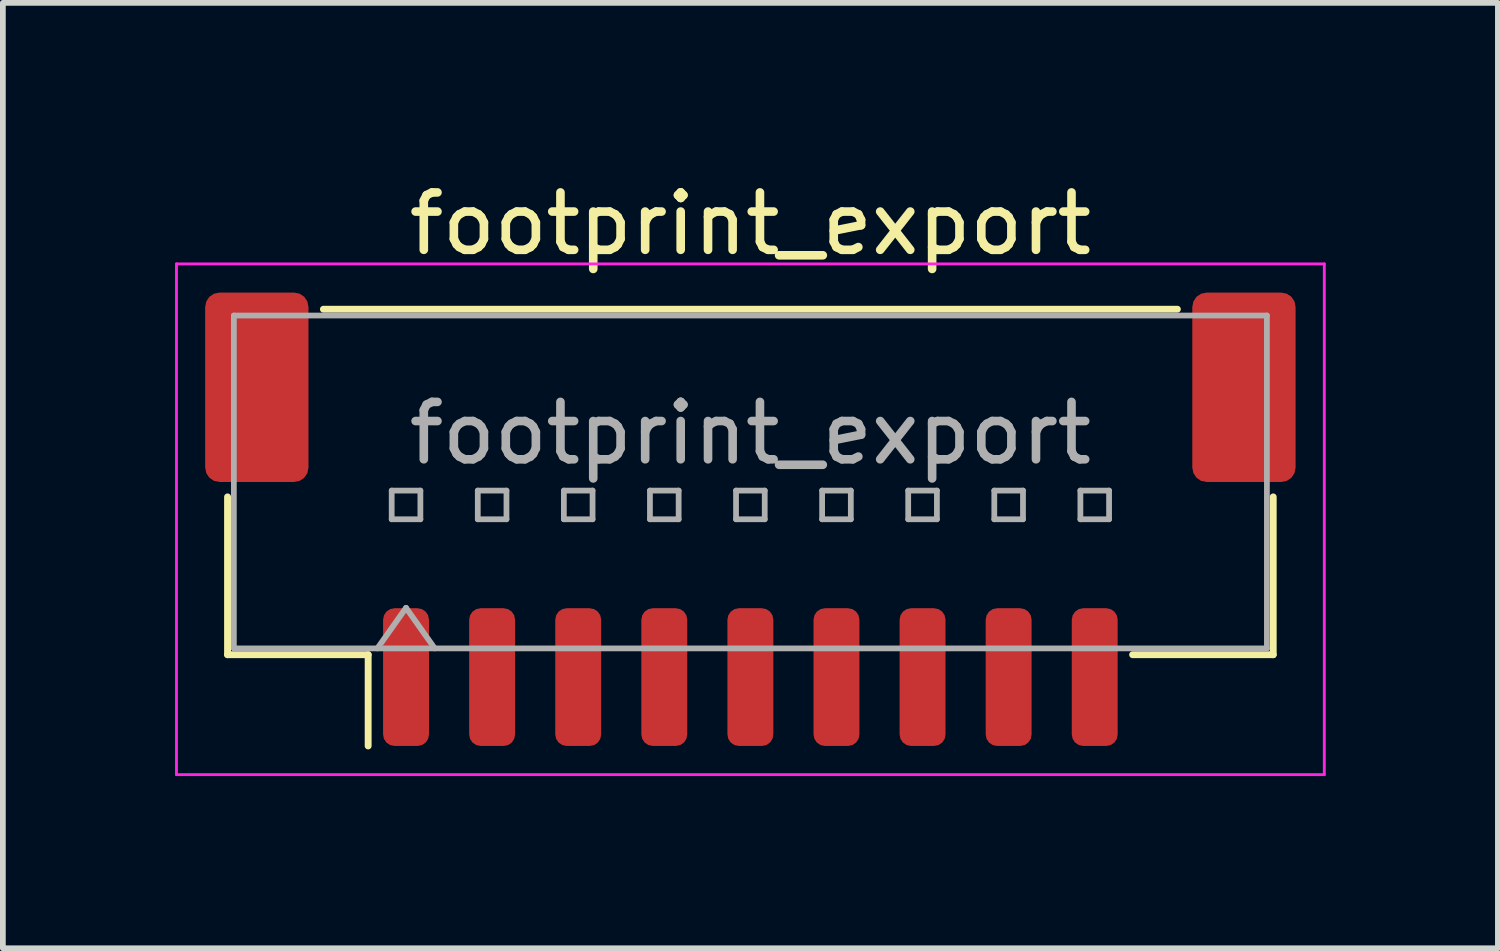
<source format=kicad_pcb>
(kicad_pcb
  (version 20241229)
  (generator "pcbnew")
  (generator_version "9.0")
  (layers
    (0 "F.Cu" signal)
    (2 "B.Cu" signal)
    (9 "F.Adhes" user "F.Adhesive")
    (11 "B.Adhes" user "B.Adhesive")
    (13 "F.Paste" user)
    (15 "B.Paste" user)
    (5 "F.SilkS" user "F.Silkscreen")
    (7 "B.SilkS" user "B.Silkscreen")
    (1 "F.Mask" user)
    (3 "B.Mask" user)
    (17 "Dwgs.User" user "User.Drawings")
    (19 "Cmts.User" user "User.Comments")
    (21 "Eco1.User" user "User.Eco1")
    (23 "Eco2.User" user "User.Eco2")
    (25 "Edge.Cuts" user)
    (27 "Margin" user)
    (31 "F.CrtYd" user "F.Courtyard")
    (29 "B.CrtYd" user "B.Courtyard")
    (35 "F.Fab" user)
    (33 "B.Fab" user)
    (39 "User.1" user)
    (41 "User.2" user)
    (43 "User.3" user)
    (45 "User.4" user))
  (footprint "footprint_export"
    (layer "F.Cu")
    (at 10.025 5.998)
    (property "Reference" "footprint_export" (at 0 -5.15 0) (layer "F.SilkS") (effects (font (size 1 1) (thickness 0.15))))
    (attr smd)
    (fp_line (start -9.11 -0.39) (end -9.11 2.36) (stroke (width 0.12) (type solid)) (layer "F.SilkS"))
    (fp_line (start -9.11 2.36) (end -6.66 2.36) (stroke (width 0.12) (type solid)) (layer "F.SilkS"))
    (fp_line (start -7.44 -3.66) (end 7.44 -3.66) (stroke (width 0.12) (type solid)) (layer "F.SilkS"))
    (fp_line (start -6.66 2.36) (end -6.66 3.95) (stroke (width 0.12) (type solid)) (layer "F.SilkS"))
    (fp_line (start 9.11 -0.39) (end 9.11 2.36) (stroke (width 0.12) (type solid)) (layer "F.SilkS"))
    (fp_line (start 9.11 2.36) (end 6.66 2.36) (stroke (width 0.12) (type solid)) (layer "F.SilkS"))
    (fp_line (start -10 -4.45) (end -10 4.45) (stroke (width 0.05) (type solid)) (layer "F.CrtYd"))
    (fp_line (start -10 4.45) (end 10 4.45) (stroke (width 0.05) (type solid)) (layer "F.CrtYd"))
    (fp_line (start 10 -4.45) (end -10 -4.45) (stroke (width 0.05) (type solid)) (layer "F.CrtYd"))
    (fp_line (start 10 4.45) (end 10 -4.45) (stroke (width 0.05) (type solid)) (layer "F.CrtYd"))
    (fp_line (start -9 -3.55) (end 9 -3.55) (stroke (width 0.1) (type solid)) (layer "F.Fab"))
    (fp_line (start -9 2.25) (end -9 -3.55) (stroke (width 0.1) (type solid)) (layer "F.Fab"))
    (fp_line (start -9 2.25) (end 9 2.25) (stroke (width 0.1) (type solid)) (layer "F.Fab"))
    (fp_line (start -6.5 2.25) (end -6 1.543) (stroke (width 0.1) (type solid)) (layer "F.Fab"))
    (fp_line (start -6.25 -0.5) (end -6.25 0) (stroke (width 0.1) (type solid)) (layer "F.Fab"))
    (fp_line (start -6.25 0) (end -5.75 0) (stroke (width 0.1) (type solid)) (layer "F.Fab"))
    (fp_line (start -6 1.543) (end -5.5 2.25) (stroke (width 0.1) (type solid)) (layer "F.Fab"))
    (fp_line (start -5.75 -0.5) (end -6.25 -0.5) (stroke (width 0.1) (type solid)) (layer "F.Fab"))
    (fp_line (start -5.75 0) (end -5.75 -0.5) (stroke (width 0.1) (type solid)) (layer "F.Fab"))
    (fp_line (start -4.75 -0.5) (end -4.75 0) (stroke (width 0.1) (type solid)) (layer "F.Fab"))
    (fp_line (start -4.75 0) (end -4.25 0) (stroke (width 0.1) (type solid)) (layer "F.Fab"))
    (fp_line (start -4.25 -0.5) (end -4.75 -0.5) (stroke (width 0.1) (type solid)) (layer "F.Fab"))
    (fp_line (start -4.25 0) (end -4.25 -0.5) (stroke (width 0.1) (type solid)) (layer "F.Fab"))
    (fp_line (start -3.25 -0.5) (end -3.25 0) (stroke (width 0.1) (type solid)) (layer "F.Fab"))
    (fp_line (start -3.25 0) (end -2.75 0) (stroke (width 0.1) (type solid)) (layer "F.Fab"))
    (fp_line (start -2.75 -0.5) (end -3.25 -0.5) (stroke (width 0.1) (type solid)) (layer "F.Fab"))
    (fp_line (start -2.75 0) (end -2.75 -0.5) (stroke (width 0.1) (type solid)) (layer "F.Fab"))
    (fp_line (start -1.75 -0.5) (end -1.75 0) (stroke (width 0.1) (type solid)) (layer "F.Fab"))
    (fp_line (start -1.75 0) (end -1.25 0) (stroke (width 0.1) (type solid)) (layer "F.Fab"))
    (fp_line (start -1.25 -0.5) (end -1.75 -0.5) (stroke (width 0.1) (type solid)) (layer "F.Fab"))
    (fp_line (start -1.25 0) (end -1.25 -0.5) (stroke (width 0.1) (type solid)) (layer "F.Fab"))
    (fp_line (start -0.25 -0.5) (end -0.25 0) (stroke (width 0.1) (type solid)) (layer "F.Fab"))
    (fp_line (start -0.25 0) (end 0.25 0) (stroke (width 0.1) (type solid)) (layer "F.Fab"))
    (fp_line (start 0.25 -0.5) (end -0.25 -0.5) (stroke (width 0.1) (type solid)) (layer "F.Fab"))
    (fp_line (start 0.25 0) (end 0.25 -0.5) (stroke (width 0.1) (type solid)) (layer "F.Fab"))
    (fp_line (start 1.25 -0.5) (end 1.25 0) (stroke (width 0.1) (type solid)) (layer "F.Fab"))
    (fp_line (start 1.25 0) (end 1.75 0) (stroke (width 0.1) (type solid)) (layer "F.Fab"))
    (fp_line (start 1.75 -0.5) (end 1.25 -0.5) (stroke (width 0.1) (type solid)) (layer "F.Fab"))
    (fp_line (start 1.75 0) (end 1.75 -0.5) (stroke (width 0.1) (type solid)) (layer "F.Fab"))
    (fp_line (start 2.75 -0.5) (end 2.75 0) (stroke (width 0.1) (type solid)) (layer "F.Fab"))
    (fp_line (start 2.75 0) (end 3.25 0) (stroke (width 0.1) (type solid)) (layer "F.Fab"))
    (fp_line (start 3.25 -0.5) (end 2.75 -0.5) (stroke (width 0.1) (type solid)) (layer "F.Fab"))
    (fp_line (start 3.25 0) (end 3.25 -0.5) (stroke (width 0.1) (type solid)) (layer "F.Fab"))
    (fp_line (start 4.25 -0.5) (end 4.25 0) (stroke (width 0.1) (type solid)) (layer "F.Fab"))
    (fp_line (start 4.25 0) (end 4.75 0) (stroke (width 0.1) (type solid)) (layer "F.Fab"))
    (fp_line (start 4.75 -0.5) (end 4.25 -0.5) (stroke (width 0.1) (type solid)) (layer "F.Fab"))
    (fp_line (start 4.75 0) (end 4.75 -0.5) (stroke (width 0.1) (type solid)) (layer "F.Fab"))
    (fp_line (start 5.75 -0.5) (end 5.75 0) (stroke (width 0.1) (type solid)) (layer "F.Fab"))
    (fp_line (start 5.75 0) (end 6.25 0) (stroke (width 0.1) (type solid)) (layer "F.Fab"))
    (fp_line (start 6.25 -0.5) (end 5.75 -0.5) (stroke (width 0.1) (type solid)) (layer "F.Fab"))
    (fp_line (start 6.25 0) (end 6.25 -0.5) (stroke (width 0.1) (type solid)) (layer "F.Fab"))
    (fp_line (start 9 2.25) (end 9 -3.55) (stroke (width 0.1) (type solid)) (layer "F.Fab"))
    (fp_text user "${REFERENCE}" (at 0 -1.5 0) (layer "F.Fab") (effects (font (size 1 1) (thickness 0.15))))
    (pad "1" smd roundrect (at -6 2.75) (size 0.8 2.4) (layers "F.Cu" "F.Mask" "F.Paste") (roundrect_rratio 0.25))
    (pad "2" smd roundrect (at -4.5 2.75) (size 0.8 2.4) (layers "F.Cu" "F.Mask" "F.Paste") (roundrect_rratio 0.25))
    (pad "3" smd roundrect (at -3 2.75) (size 0.8 2.4) (layers "F.Cu" "F.Mask" "F.Paste") (roundrect_rratio 0.25))
    (pad "4" smd roundrect (at -1.5 2.75) (size 0.8 2.4) (layers "F.Cu" "F.Mask" "F.Paste") (roundrect_rratio 0.25))
    (pad "5" smd roundrect (at 0 2.75) (size 0.8 2.4) (layers "F.Cu" "F.Mask" "F.Paste") (roundrect_rratio 0.25))
    (pad "6" smd roundrect (at 1.5 2.75) (size 0.8 2.4) (layers "F.Cu" "F.Mask" "F.Paste") (roundrect_rratio 0.25))
    (pad "7" smd roundrect (at 3 2.75) (size 0.8 2.4) (layers "F.Cu" "F.Mask" "F.Paste") (roundrect_rratio 0.25))
    (pad "8" smd roundrect (at 4.5 2.75) (size 0.8 2.4) (layers "F.Cu" "F.Mask" "F.Paste") (roundrect_rratio 0.25))
    (pad "9" smd roundrect (at 6 2.75) (size 0.8 2.4) (layers "F.Cu" "F.Mask" "F.Paste") (roundrect_rratio 0.25))
    (pad "MP" smd roundrect (at -8.6 -2.3) (size 1.8 3.3) (layers "F.Cu" "F.Mask" "F.Paste") (roundrect_rratio 0.139))
    (pad "MP" smd roundrect (at 8.6 -2.3) (size 1.8 3.3) (layers "F.Cu" "F.Mask" "F.Paste") (roundrect_rratio 0.139)))
  (gr_rect
    (start -3 -3)
    (end 23.05 13.473)
    (stroke (width 0.1) (type default))
    (fill no)
    (layer "Edge.Cuts")))
</source>
